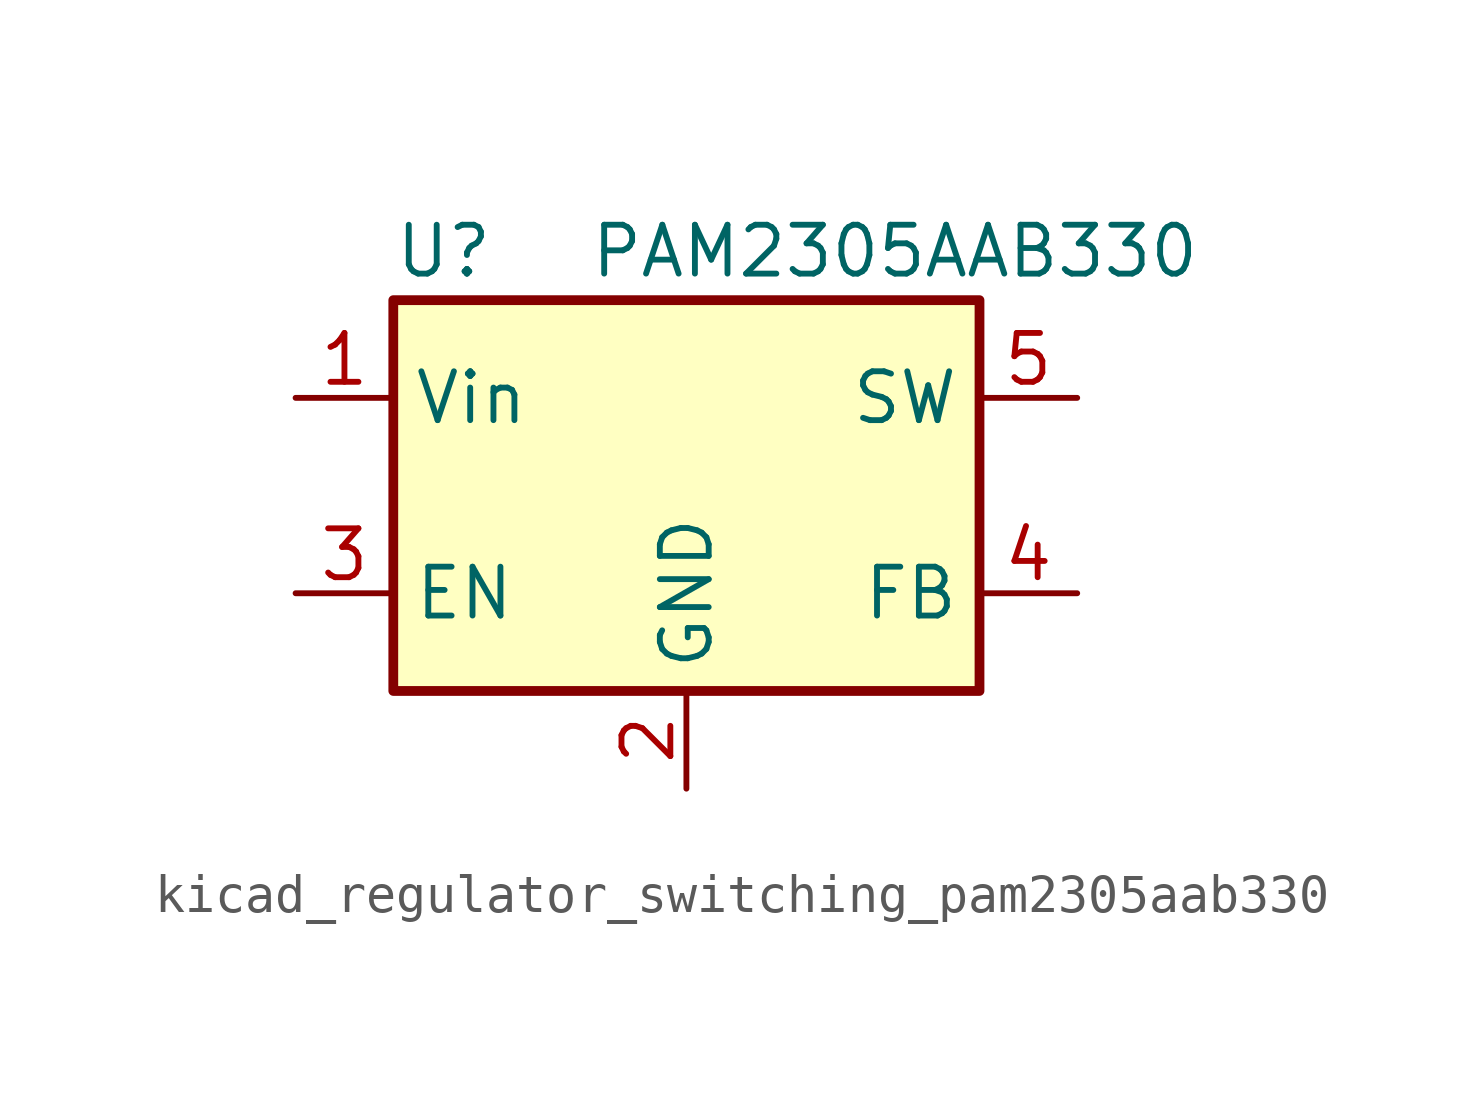
<source format=kicad_sym>
(kicad_symbol_lib
  (version 20220914)
  (generator kicad_symbol_editor)
  (symbol "kicad_regulator_switching_pam2305aab330"
    (property "Reference" "U"
      (at -7.62 6.35 0)
      (effects (font (size 1.27 1.27)) (justify left)))
    (property "Value" "PAM2305AAB330"
      (at -2.54 6.35 0)
      (effects (font (size 1.27 1.27)) (justify left)))
    (symbol "kicad_regulator_switching_pam2305aab330_0_1"
      (rectangle (start -7.62 5.08) (end 7.62 -5.08) (stroke (width 0.254) (type default)) (fill (type background))))
    (symbol "kicad_regulator_switching_pam2305aab330_1_1"
      (pin power_in line (at -10.16 2.54 0) (length 2.54) (name "Vin" (effects (font (size 1.27 1.27)))) (number "1" (effects (font (size 1.27 1.27)))))
      (pin power_in line (at 0 -7.62 90) (length 2.54) (name "GND" (effects (font (size 1.27 1.27)))) (number "2" (effects (font (size 1.27 1.27)))))
      (pin input line (at -10.16 -2.54 0) (length 2.54) (name "EN" (effects (font (size 1.27 1.27)))) (number "3" (effects (font (size 1.27 1.27)))))
      (pin input line (at 10.16 -2.54 180) (length 2.54) (name "FB" (effects (font (size 1.27 1.27)))) (number "4" (effects (font (size 1.27 1.27)))))
      (pin output line (at 10.16 2.54 180) (length 2.54) (name "SW" (effects (font (size 1.27 1.27)))) (number "5" (effects (font (size 1.27 1.27))))))))
</source>
